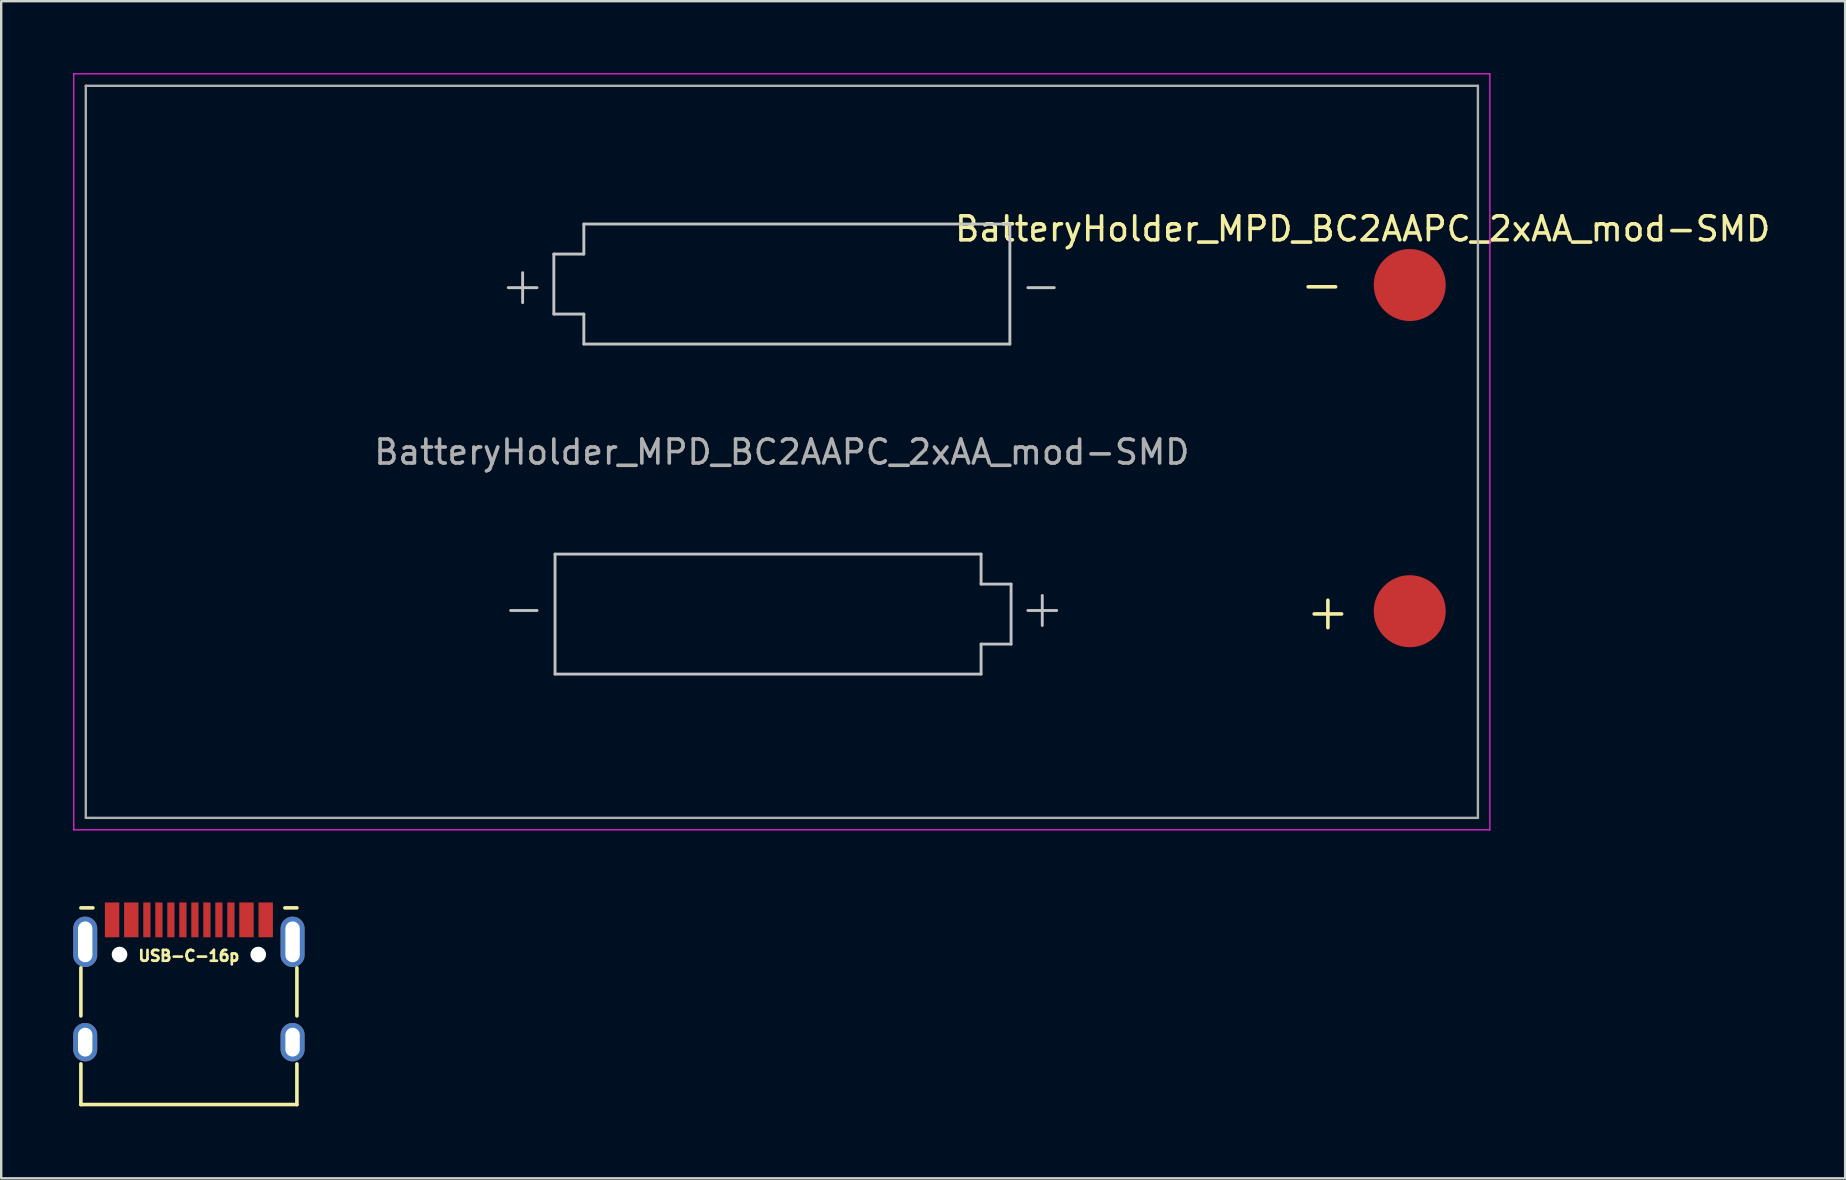
<source format=kicad_pcb>
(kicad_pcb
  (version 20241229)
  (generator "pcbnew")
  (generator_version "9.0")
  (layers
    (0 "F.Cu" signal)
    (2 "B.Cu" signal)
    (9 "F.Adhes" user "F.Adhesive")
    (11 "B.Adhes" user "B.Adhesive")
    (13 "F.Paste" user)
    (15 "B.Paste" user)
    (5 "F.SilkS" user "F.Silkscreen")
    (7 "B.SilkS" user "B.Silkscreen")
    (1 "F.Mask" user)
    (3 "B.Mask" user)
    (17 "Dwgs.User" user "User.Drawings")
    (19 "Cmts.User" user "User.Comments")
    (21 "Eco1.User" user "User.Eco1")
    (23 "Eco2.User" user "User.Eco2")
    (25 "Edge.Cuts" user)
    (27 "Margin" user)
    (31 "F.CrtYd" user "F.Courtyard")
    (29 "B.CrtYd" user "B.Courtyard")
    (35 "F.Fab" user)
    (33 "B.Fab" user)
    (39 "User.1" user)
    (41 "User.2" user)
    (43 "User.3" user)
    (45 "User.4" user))
  (footprint "USB-C-16p"
    (layer "F.Cu")
    (at 4.82 35.275)
    (property "Reference" "USB-C-16p" (at 0 1.5 0) (layer "F.SilkS") (effects (font (size 0.45 0.45) (thickness 0.113))))
    (attr through_hole)
    (fp_line (start -4.5 -0.5) (end -4 -0.5) (stroke (width 0.15) (type solid)) (layer "F.SilkS"))
    (fp_line (start -4.5 2) (end -4.5 4) (stroke (width 0.15) (type solid)) (layer "F.SilkS"))
    (fp_line (start -4.5 7.695) (end -4.5 6) (stroke (width 0.15) (type solid)) (layer "F.SilkS"))
    (fp_line (start 4 -0.5) (end 4.5 -0.5) (stroke (width 0.15) (type solid)) (layer "F.SilkS"))
    (fp_line (start 4.5 4) (end 4.5 2) (stroke (width 0.15) (type solid)) (layer "F.SilkS"))
    (fp_line (start 4.5 6) (end 4.5 7.695) (stroke (width 0.15) (type solid)) (layer "F.SilkS"))
    (fp_line (start 4.5 7.695) (end -4.5 7.695) (stroke (width 0.15) (type solid)) (layer "F.SilkS"))
    (pad "" np_thru_hole circle (at -2.89 1.445) (size 0.65 0.65) (drill 0.65) (layers "*.Cu" "*.Mask"))
    (pad "" np_thru_hole circle (at 2.89 1.445) (size 0.65 0.65) (drill 0.65) (layers "*.Cu" "*.Mask"))
    (pad "A1" smd rect (at -3.2 0) (size 0.6 1.45) (layers "F.Cu" "F.Mask" "F.Paste"))
    (pad "A4" smd rect (at -2.4 0) (size 0.6 1.45) (layers "F.Cu" "F.Mask" "F.Paste"))
    (pad "A5" smd rect (at -1.25 0) (size 0.3 1.45) (layers "F.Cu" "F.Mask" "F.Paste"))
    (pad "A6" smd rect (at -0.25 0) (size 0.3 1.45) (layers "F.Cu" "F.Mask" "F.Paste"))
    (pad "A7" smd rect (at 0.25 0) (size 0.3 1.45) (layers "F.Cu" "F.Mask" "F.Paste"))
    (pad "A8" smd rect (at 1.25 0) (size 0.3 1.45) (layers "F.Cu" "F.Mask" "F.Paste"))
    (pad "B1" smd rect (at 3.2 0) (size 0.6 1.45) (layers "F.Cu" "F.Mask" "F.Paste"))
    (pad "B4" smd rect (at 2.4 0) (size 0.6 1.45) (layers "F.Cu" "F.Mask" "F.Paste"))
    (pad "B5" smd rect (at 1.75 0) (size 0.3 1.45) (layers "F.Cu" "F.Mask" "F.Paste"))
    (pad "B6" smd rect (at 0.75 0) (size 0.3 1.45) (layers "F.Cu" "F.Mask" "F.Paste"))
    (pad "B7" smd rect (at -0.75 0) (size 0.3 1.45) (layers "F.Cu" "F.Mask" "F.Paste"))
    (pad "B8" smd rect (at -1.75 0) (size 0.3 1.45) (layers "F.Cu" "F.Mask" "F.Paste"))
    (pad "S1" thru_hole oval (at -4.32 0.915) (size 1 2.1) (drill oval 0.6 1.7) (layers "*.Cu" "*.Mask"))
    (pad "S1" thru_hole oval (at -4.32 5.095) (size 1 1.6) (drill oval 0.6 1.2) (layers "*.Cu" "*.Mask"))
    (pad "S1" thru_hole oval (at 4.32 0.915) (size 1 2.1) (drill oval 0.6 1.7) (layers "*.Cu" "*.Mask"))
    (pad "S1" thru_hole oval (at 4.32 5.095) (size 1 1.6) (drill oval 0.6 1.2) (layers "*.Cu" "*.Mask")))
  (footprint "BatteryHolder_MPD_BC2AAPC_2xAA_mod-SMD"
    (layer "F.Cu")
    (at 29.525 15.785)
    (property "Reference" "BatteryHolder_MPD_BC2AAPC_2xAA_mod-SMD" (at 24.2 -9.3 180) (layer "F.SilkS") (effects (font (size 1 1) (thickness 0.15))))
    (attr through_hole)
    (fp_line (start -11.4 -6.85) (end -10.2 -6.85) (stroke (width 0.12) (type solid)) (layer "Dwgs.User"))
    (fp_line (start -10.8 -7.475) (end -10.8 -6.225) (stroke (width 0.12) (type solid)) (layer "Dwgs.User"))
    (fp_line (start -10.2 6.6) (end -11.3 6.6) (stroke (width 0.12) (type solid)) (layer "Dwgs.User"))
    (fp_line (start -9.5 -8.25) (end -9.5 -5.75) (stroke (width 0.12) (type solid)) (layer "Dwgs.User"))
    (fp_line (start -9.5 -5.75) (end -8.25 -5.75) (stroke (width 0.12) (type solid)) (layer "Dwgs.User"))
    (fp_line (start -9.45 4.25) (end -9.45 9.25) (stroke (width 0.12) (type solid)) (layer "Dwgs.User"))
    (fp_line (start -9.45 9.25) (end 8.3 9.25) (stroke (width 0.12) (type solid)) (layer "Dwgs.User"))
    (fp_line (start -8.25 -9.5) (end -8.25 -8.25) (stroke (width 0.12) (type solid)) (layer "Dwgs.User"))
    (fp_line (start -8.25 -8.25) (end -9.5 -8.25) (stroke (width 0.12) (type solid)) (layer "Dwgs.User"))
    (fp_line (start -8.25 -5.75) (end -8.25 -4.5) (stroke (width 0.12) (type solid)) (layer "Dwgs.User"))
    (fp_line (start -8.25 -4.5) (end 9.5 -4.5) (stroke (width 0.12) (type solid)) (layer "Dwgs.User"))
    (fp_line (start 8.3 4.25) (end -9.45 4.25) (stroke (width 0.12) (type solid)) (layer "Dwgs.User"))
    (fp_line (start 8.3 5.5) (end 8.3 4.25) (stroke (width 0.12) (type solid)) (layer "Dwgs.User"))
    (fp_line (start 8.3 8) (end 9.55 8) (stroke (width 0.12) (type solid)) (layer "Dwgs.User"))
    (fp_line (start 8.3 9.25) (end 8.3 8) (stroke (width 0.12) (type solid)) (layer "Dwgs.User"))
    (fp_line (start 9.5 -9.5) (end -8.25 -9.5) (stroke (width 0.12) (type solid)) (layer "Dwgs.User"))
    (fp_line (start 9.5 -4.5) (end 9.5 -9.5) (stroke (width 0.12) (type solid)) (layer "Dwgs.User"))
    (fp_line (start 9.55 5.5) (end 8.3 5.5) (stroke (width 0.12) (type solid)) (layer "Dwgs.User"))
    (fp_line (start 9.55 8) (end 9.55 5.5) (stroke (width 0.12) (type solid)) (layer "Dwgs.User"))
    (fp_line (start 10.25 -6.85) (end 11.35 -6.85) (stroke (width 0.12) (type solid)) (layer "Dwgs.User"))
    (fp_line (start 10.85 7.225) (end 10.85 5.975) (stroke (width 0.12) (type solid)) (layer "Dwgs.User"))
    (fp_line (start 11.45 6.6) (end 10.25 6.6) (stroke (width 0.12) (type solid)) (layer "Dwgs.User"))
    (fp_line (start -29.5 -15.76) (end -29.5 15.74) (stroke (width 0.05) (type solid)) (layer "F.CrtYd"))
    (fp_line (start -29.5 15.74) (end 29.5 15.74) (stroke (width 0.05) (type solid)) (layer "F.CrtYd"))
    (fp_line (start 29.5 -15.76) (end -29.5 -15.76) (stroke (width 0.05) (type solid)) (layer "F.CrtYd"))
    (fp_line (start 29.5 15.74) (end 29.5 -15.76) (stroke (width 0.05) (type solid)) (layer "F.CrtYd"))
    (fp_line (start -29 -15.26) (end -29 15.24) (stroke (width 0.1) (type solid)) (layer "F.Fab"))
    (fp_line (start -29 15.24) (end 29 15.24) (stroke (width 0.1) (type solid)) (layer "F.Fab"))
    (fp_line (start 29 -15.26) (end -29 -15.26) (stroke (width 0.1) (type solid)) (layer "F.Fab"))
    (fp_line (start 29 15.24) (end 29 -15.26) (stroke (width 0.1) (type solid)) (layer "F.Fab"))
    (fp_text user "-" (at 22.5 -7 180) (layer "F.SilkS") (effects (font (size 1.5 1.5) (thickness 0.15))))
    (fp_text user "+" (at 22.75 6.63 180) (layer "F.SilkS") (effects (font (size 1.5 1.5) (thickness 0.15))))
    (fp_text user "${REFERENCE}" (at 0 0 180) (layer "F.Fab") (effects (font (size 1 1) (thickness 0.15))))
    (pad "1" smd circle (at 26.16 6.63 180) (size 3 3) (layers "F.Cu" "F.Mask" "F.Paste"))
    (pad "2" smd circle (at 26.16 -6.96 180) (size 3 3) (layers "F.Cu" "F.Mask" "F.Paste")))
  (gr_rect
    (start -3 -3)
    (end 73.826 46.045)
    (stroke (width 0.1) (type default))
    (fill no)
    (layer "Edge.Cuts")))
</source>
